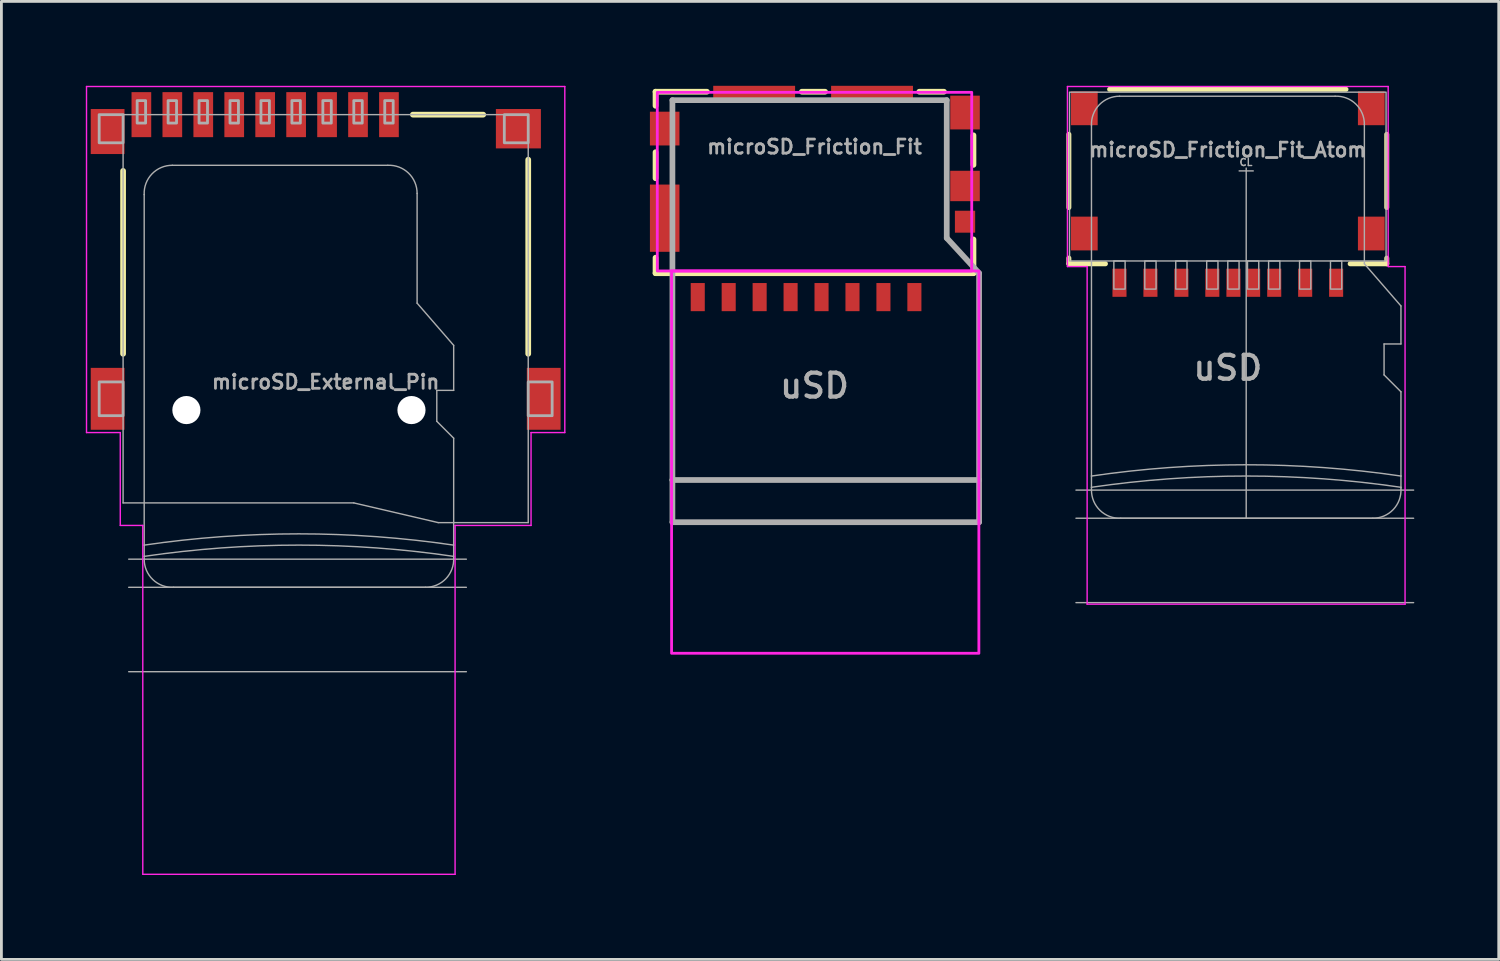
<source format=kicad_pcb>
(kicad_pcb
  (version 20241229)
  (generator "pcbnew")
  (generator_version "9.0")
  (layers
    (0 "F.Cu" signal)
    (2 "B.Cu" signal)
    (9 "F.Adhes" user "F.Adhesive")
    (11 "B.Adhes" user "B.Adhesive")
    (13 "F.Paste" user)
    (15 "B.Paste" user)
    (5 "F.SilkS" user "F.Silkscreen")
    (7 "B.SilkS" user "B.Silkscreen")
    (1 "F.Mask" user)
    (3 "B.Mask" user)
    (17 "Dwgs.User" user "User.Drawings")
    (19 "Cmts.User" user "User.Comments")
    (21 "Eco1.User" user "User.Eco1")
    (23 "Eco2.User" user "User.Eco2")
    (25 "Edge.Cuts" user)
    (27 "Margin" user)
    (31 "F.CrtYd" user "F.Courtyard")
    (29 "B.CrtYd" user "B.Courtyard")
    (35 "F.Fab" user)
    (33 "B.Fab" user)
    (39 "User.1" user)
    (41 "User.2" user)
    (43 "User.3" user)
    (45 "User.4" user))
  (footprint "microSD_External_Pin"
    (layer "F.Cu")
    (at 8.525 11.525)
    (property "Reference" "microSD_External_Pin" (at 0 -1 0) (layer "F.Fab") (effects (font (size 0.5 0.5) (thickness 0.1))))
    (attr smd)
    (fp_line (start -7.2 -2) (end -7.2 -8.5) (stroke (width 0.203) (type solid)) (layer "F.SilkS"))
    (fp_line (start 3.1 -10.5) (end 5.6 -10.5) (stroke (width 0.203) (type solid)) (layer "F.SilkS"))
    (fp_line (start 7.2 -8.9) (end 7.2 -2) (stroke (width 0.203) (type solid)) (layer "F.SilkS"))
    (fp_line (start -8.5 -11.5) (end 8.5 -11.5) (stroke (width 0.05) (type default)) (layer "F.CrtYd"))
    (fp_line (start -8.5 0.8) (end -8.5 -11.5) (stroke (width 0.05) (type default)) (layer "F.CrtYd"))
    (fp_line (start -7.3 0.8) (end -8.5 0.8) (stroke (width 0.05) (type default)) (layer "F.CrtYd"))
    (fp_line (start -7.3 4.1) (end -7.3 0.8) (stroke (width 0.05) (type default)) (layer "F.CrtYd"))
    (fp_line (start -6.5 4.1) (end -7.3 4.1) (stroke (width 0.05) (type default)) (layer "F.CrtYd"))
    (fp_line (start -6.5 16.5) (end -6.5 4.1) (stroke (width 0.05) (type default)) (layer "F.CrtYd"))
    (fp_line (start 4.6 4.1) (end 4.6 16.5) (stroke (width 0.05) (type default)) (layer "F.CrtYd"))
    (fp_line (start 4.6 16.5) (end -6.5 16.5) (stroke (width 0.05) (type default)) (layer "F.CrtYd"))
    (fp_line (start 7.3 0.8) (end 7.3 4.1) (stroke (width 0.05) (type default)) (layer "F.CrtYd"))
    (fp_line (start 7.3 4.1) (end 4.6 4.1) (stroke (width 0.05) (type default)) (layer "F.CrtYd"))
    (fp_line (start 8.5 -11.5) (end 8.5 0.8) (stroke (width 0.05) (type default)) (layer "F.CrtYd"))
    (fp_line (start 8.5 0.8) (end 7.3 0.8) (stroke (width 0.05) (type default)) (layer "F.CrtYd"))
    (fp_line (start -7.2 -10.5) (end 7.2 -10.5) (stroke (width 0.05) (type solid)) (layer "F.Fab"))
    (fp_line (start -7.2 3.3) (end -7.2 -10.5) (stroke (width 0.05) (type solid)) (layer "F.Fab"))
    (fp_line (start -6.45 -7.66) (end -6.45 4.8) (stroke (width 0.05) (type solid)) (layer "F.Fab"))
    (fp_line (start -6.45 4.8) (end -6.45 5.2) (stroke (width 0.05) (type solid)) (layer "F.Fab"))
    (fp_line (start -6.45 5.2) (end -6.45 5.3) (stroke (width 0.05) (type solid)) (layer "F.Fab"))
    (fp_line (start -5.41 6.3) (end 3.55 6.3) (stroke (width 0.05) (type solid)) (layer "F.Fab"))
    (fp_line (start 1 3.3) (end -7.2 3.3) (stroke (width 0.05) (type solid)) (layer "F.Fab"))
    (fp_line (start 2.21 -8.7) (end -5.45 -8.7) (stroke (width 0.05) (type solid)) (layer "F.Fab"))
    (fp_line (start 3.25 -3.8) (end 3.25 -7.7) (stroke (width 0.05) (type solid)) (layer "F.Fab"))
    (fp_line (start 3.95 -0.7) (end 3.95 0.4) (stroke (width 0.05) (type solid)) (layer "F.Fab"))
    (fp_line (start 3.95 0.4) (end 4.55 1) (stroke (width 0.05) (type solid)) (layer "F.Fab"))
    (fp_line (start 4 4) (end 1 3.3) (stroke (width 0.05) (type solid)) (layer "F.Fab"))
    (fp_line (start 4.55 -2.3) (end 3.25 -3.8) (stroke (width 0.05) (type solid)) (layer "F.Fab"))
    (fp_line (start 4.55 -0.7) (end 3.95 -0.7) (stroke (width 0.05) (type solid)) (layer "F.Fab"))
    (fp_line (start 4.55 -0.7) (end 4.55 -2.3) (stroke (width 0.05) (type solid)) (layer "F.Fab"))
    (fp_line (start 4.55 4.8) (end 4.55 1) (stroke (width 0.05) (type solid)) (layer "F.Fab"))
    (fp_line (start 4.55 5.2) (end 4.55 4.8) (stroke (width 0.05) (type solid)) (layer "F.Fab"))
    (fp_line (start 4.55 5.26) (end 4.55 5.2) (stroke (width 0.05) (type solid)) (layer "F.Fab"))
    (fp_line (start 5 5.3) (end -7 5.3) (stroke (width 0.05) (type solid)) (layer "F.Fab"))
    (fp_line (start 5 6.3) (end -7 6.3) (stroke (width 0.05) (type solid)) (layer "F.Fab"))
    (fp_line (start 5 9.3) (end -7 9.3) (stroke (width 0.05) (type solid)) (layer "F.Fab"))
    (fp_line (start 7.2 -10.5) (end 7.2 4) (stroke (width 0.05) (type solid)) (layer "F.Fab"))
    (fp_line (start 7.2 4) (end 4 4) (stroke (width 0.05) (type solid)) (layer "F.Fab"))
    (fp_arc (start -6.45 -7.66) (mid -6.173012 -8.394435) (end -5.449999 -8.7) (stroke (width 0.05) (type solid)) (layer "F.Fab"))
    (fp_arc (start -6.45 4.8) (mid -0.95 4.399862) (end 4.55 4.8) (stroke (width 0.05) (type solid)) (layer "F.Fab"))
    (fp_arc (start -6.45 5.2) (mid -0.95 4.799862) (end 4.55 5.2) (stroke (width 0.05) (type solid)) (layer "F.Fab"))
    (fp_arc (start -5.41 6.3) (mid -6.144435 6.023012) (end -6.45 5.299999) (stroke (width 0.05) (type solid)) (layer "F.Fab"))
    (fp_arc (start 2.21 -8.7) (mid 2.944435 -8.423012) (end 3.25 -7.699999) (stroke (width 0.05) (type solid)) (layer "F.Fab"))
    (fp_arc (start 4.55 5.26) (mid 4.273012 5.994435) (end 3.549999 6.3) (stroke (width 0.05) (type solid)) (layer "F.Fab"))
    (fp_poly (pts (xy -8.05 -9.5) (xy -7.2 -9.5) (xy -7.2 -10.5) (xy -8.05 -10.5)) (stroke (width 0.1) (type default)) (fill no) (layer "F.Fab"))
    (fp_poly (pts (xy -8.05 0.2) (xy -7.2 0.2) (xy -7.2 -1) (xy -8.05 -1)) (stroke (width 0.1) (type default)) (fill no) (layer "F.Fab"))
    (fp_poly (pts (xy -6.7 -10.2) (xy -6.4 -10.2) (xy -6.4 -11) (xy -6.7 -11)) (stroke (width 0.1) (type default)) (fill no) (layer "F.Fab"))
    (fp_poly (pts (xy -5.6 -10.2) (xy -5.3 -10.2) (xy -5.3 -11) (xy -5.6 -11)) (stroke (width 0.1) (type default)) (fill no) (layer "F.Fab"))
    (fp_poly (pts (xy -4.5 -10.2) (xy -4.2 -10.2) (xy -4.2 -11) (xy -4.5 -11)) (stroke (width 0.1) (type default)) (fill no) (layer "F.Fab"))
    (fp_poly (pts (xy -3.4 -10.2) (xy -3.1 -10.2) (xy -3.1 -11) (xy -3.4 -11)) (stroke (width 0.1) (type default)) (fill no) (layer "F.Fab"))
    (fp_poly (pts (xy -2.3 -10.2) (xy -2 -10.2) (xy -2 -11) (xy -2.3 -11)) (stroke (width 0.1) (type default)) (fill no) (layer "F.Fab"))
    (fp_poly (pts (xy -1.2 -10.2) (xy -0.9 -10.2) (xy -0.9 -11) (xy -1.2 -11)) (stroke (width 0.1) (type default)) (fill no) (layer "F.Fab"))
    (fp_poly (pts (xy -0.1 -10.2) (xy 0.2 -10.2) (xy 0.2 -11) (xy -0.1 -11)) (stroke (width 0.1) (type default)) (fill no) (layer "F.Fab"))
    (fp_poly (pts (xy 1 -10.2) (xy 1.3 -10.2) (xy 1.3 -11) (xy 1 -11)) (stroke (width 0.1) (type default)) (fill no) (layer "F.Fab"))
    (fp_poly (pts (xy 2.1 -10.2) (xy 2.4 -10.2) (xy 2.4 -11) (xy 2.1 -11)) (stroke (width 0.1) (type default)) (fill no) (layer "F.Fab"))
    (fp_poly (pts (xy 6.35 -9.5) (xy 7.2 -9.5) (xy 7.2 -10.5) (xy 6.35 -10.5)) (stroke (width 0.1) (type default)) (fill no) (layer "F.Fab"))
    (fp_poly (pts (xy 8.05 -1) (xy 7.2 -1) (xy 7.2 0.2) (xy 8.05 0.2)) (stroke (width 0.1) (type default)) (fill no) (layer "F.Fab"))
    (pad "" np_thru_hole circle (at -4.95 0) (size 1 1) (drill 1) (layers "*.Cu" "*.Mask"))
    (pad "" np_thru_hole circle (at 3.05 0) (size 1 1) (drill 1) (layers "*.Cu" "*.Mask"))
    (pad "1" smd rect (at 2.25 -10.5 90) (size 1.6 0.7) (layers "F.Cu" "F.Mask" "F.Paste"))
    (pad "2" smd rect (at 1.15 -10.5 90) (size 1.6 0.7) (layers "F.Cu" "F.Mask" "F.Paste"))
    (pad "3" smd rect (at 0.05 -10.5 90) (size 1.6 0.7) (layers "F.Cu" "F.Mask" "F.Paste"))
    (pad "4" smd rect (at -1.05 -10.5 90) (size 1.6 0.7) (layers "F.Cu" "F.Mask" "F.Paste"))
    (pad "5" smd rect (at -2.15 -10.5 90) (size 1.6 0.7) (layers "F.Cu" "F.Mask" "F.Paste"))
    (pad "6" smd rect (at -3.25 -10.5 90) (size 1.6 0.7) (layers "F.Cu" "F.Mask" "F.Paste"))
    (pad "7" smd rect (at -4.35 -10.5 90) (size 1.6 0.7) (layers "F.Cu" "F.Mask" "F.Paste"))
    (pad "8" smd rect (at -5.45 -10.5 90) (size 1.6 0.7) (layers "F.Cu" "F.Mask" "F.Paste"))
    (pad "9" smd rect (at -6.55 -10.5 90) (size 1.6 0.7) (layers "F.Cu" "F.Mask" "F.Paste"))
    (pad "10" smd rect (at -7.75 -9.9) (size 1.2 1.6) (layers "F.Cu" "F.Mask" "F.Paste"))
    (pad "11" smd rect (at -7.75 -0.4) (size 1.2 2.2) (layers "F.Cu" "F.Mask" "F.Paste"))
    (pad "12" smd rect (at 7.75 -0.4) (size 1.2 2.2) (layers "F.Cu" "F.Mask" "F.Paste"))
    (pad "13" smd rect (at 6.85 -10) (size 1.6 1.4) (layers "F.Cu" "F.Mask" "F.Paste"))
    (zone (net_name "") (layer "F.Cu") (hatch edge 0.5) (connect_pads) (min_thickness 0.25) (filled_areas_thickness no) (keepout (tracks not_allowed) (vias not_allowed) (pads not_allowed) (copperpour not_allowed) (footprints allowed)) (placement (enabled no)) (fill) (polygon (pts (xy 0.825 6.825) (xy 1.525 6.825) (xy 1.525 2.825) (xy 0.825 2.825))))
    (zone (net_name "") (layer "F.Cu") (hatch edge 0.5) (connect_pads) (min_thickness 0.25) (filled_areas_thickness no) (keepout (tracks not_allowed) (vias not_allowed) (pads not_allowed) (copperpour not_allowed) (footprints allowed)) (placement (enabled no)) (fill) (polygon (pts (xy 2.425 7.425) (xy 11.425 7.425) (xy 11.425 5.425) (xy 2.425 5.425)))))
  (footprint "microSD_Friction_Fit"
    (layer "F.Cu")
    (at 25.9 3.66)
    (property "Reference" "microSD_Friction_Fit" (at 0 -1.2 0) (layer "F.Fab") (effects (font (size 0.5 0.5) (thickness 0.1) (bold yes)) (justify bottom)))
    (fp_line (start -5.65 -3.45) (end -3.825 -3.45) (stroke (width 0.203) (type solid)) (layer "F.SilkS"))
    (fp_line (start -5.65 -2.95) (end -5.65 -3.45) (stroke (width 0.203) (type solid)) (layer "F.SilkS"))
    (fp_line (start -5.65 -0.375) (end -5.65 -1.3) (stroke (width 0.203) (type solid)) (layer "F.SilkS"))
    (fp_line (start -5.65 2.45) (end -5.65 3) (stroke (width 0.203) (type solid)) (layer "F.SilkS"))
    (fp_line (start -5.65 3) (end 5.65 3) (stroke (width 0.203) (type solid)) (layer "F.SilkS"))
    (fp_line (start 0.375 -3.45) (end -0.45 -3.45) (stroke (width 0.203) (type solid)) (layer "F.SilkS"))
    (fp_line (start 4.6 -3.45) (end 3.725 -3.45) (stroke (width 0.203) (type solid)) (layer "F.SilkS"))
    (fp_line (start 5.65 -0.85) (end 5.65 -1.9) (stroke (width 0.203) (type solid)) (layer "F.SilkS"))
    (fp_line (start 5.65 3) (end 5.65 1.8) (stroke (width 0.203) (type solid)) (layer "F.SilkS"))
    (fp_poly (pts (xy -5.588 2.921) (xy 5.588 2.921) (xy 5.588 -3.429) (xy -5.588 -3.429)) (stroke (width 0.1) (type solid)) (fill no) (layer "F.CrtYd"))
    (fp_poly (pts (xy -5.08 16.51) (xy 5.842 16.51) (xy 5.842 2.921) (xy -5.08 2.921)) (stroke (width 0.1) (type solid)) (fill no) (layer "F.CrtYd"))
    (fp_line (start -5.05 -3.15) (end -5.05 10.35) (stroke (width 0.203) (type solid)) (layer "F.Fab"))
    (fp_line (start -5.05 10.35) (end -5.05 11.85) (stroke (width 0.203) (type solid)) (layer "F.Fab"))
    (fp_line (start -5.05 10.35) (end 5.85 10.35) (stroke (width 0.203) (type solid)) (layer "F.Fab"))
    (fp_line (start -5.05 11.85) (end 5.85 11.85) (stroke (width 0.203) (type solid)) (layer "F.Fab"))
    (fp_line (start 4.7 -3.15) (end -5.05 -3.15) (stroke (width 0.203) (type solid)) (layer "F.Fab"))
    (fp_line (start 4.7 1.75) (end 4.7 -3.15) (stroke (width 0.203) (type solid)) (layer "F.Fab"))
    (fp_line (start 5.85 3) (end 4.7 1.75) (stroke (width 0.203) (type solid)) (layer "F.Fab"))
    (fp_line (start 5.85 10.35) (end 5.85 3) (stroke (width 0.203) (type solid)) (layer "F.Fab"))
    (fp_line (start 5.85 11.85) (end 5.85 10.35) (stroke (width 0.203) (type solid)) (layer "F.Fab"))
    (fp_text user "uSD" (at 0 7 0) (layer "F.Fab") (effects (font (size 0.85 0.85) (thickness 0.15))))
    (pad "1" smd rect (at 3.55 3.85 90) (size 1 0.5) (layers "F.Cu" "F.Mask" "F.Paste"))
    (pad "2" smd rect (at 2.45 3.85 90) (size 1 0.5) (layers "F.Cu" "F.Mask" "F.Paste"))
    (pad "3" smd rect (at 1.35 3.85 90) (size 1 0.5) (layers "F.Cu" "F.Mask" "F.Paste"))
    (pad "4" smd rect (at 0.25 3.85 90) (size 1 0.5) (layers "F.Cu" "F.Mask" "F.Paste"))
    (pad "5" smd rect (at -0.85 3.85 90) (size 1 0.5) (layers "F.Cu" "F.Mask" "F.Paste"))
    (pad "6" smd rect (at -1.95 3.85 90) (size 1 0.5) (layers "F.Cu" "F.Mask" "F.Paste"))
    (pad "7" smd rect (at -3.05 3.85 90) (size 1 0.5) (layers "F.Cu" "F.Mask" "F.Paste"))
    (pad "8" smd rect (at -4.15 3.85 90) (size 1 0.5) (layers "F.Cu" "F.Mask" "F.Paste"))
    (pad "9" smd rect (at 5.35 1.17 180) (size 0.72 0.78) (layers "F.Cu" "F.Mask" "F.Paste"))
    (pad "GND1" smd rect (at 5.35 -0.1 90) (size 1.08 1.05) (layers "F.Cu" "F.Mask" "F.Paste"))
    (pad "GND2" smd rect (at 5.35 -2.71 90) (size 1.2 1.05) (layers "F.Cu" "F.Mask" "F.Paste"))
    (pad "GND3" smd rect (at -5.325 -2.14 90) (size 1.2 1.05) (layers "F.Cu" "F.Mask" "F.Paste"))
    (pad "GND4" smd rect (at -5.325 1.045 90) (size 2.39 1.05) (layers "F.Cu" "F.Mask" "F.Paste"))
    (pad "GND5" smd rect (at -2.145 -3.385) (size 2.91 0.55) (layers "F.Cu" "F.Mask" "F.Paste"))
    (pad "GND6" smd rect (at 2.045 -3.385) (size 2.91 0.55) (layers "F.Cu" "F.Mask" "F.Paste"))
    (zone (net_name "") (layer "F.Cu") (hatch edge 0.5) (connect_pads) (min_thickness 0.25) (filled_areas_thickness no) (keepout (tracks not_allowed) (vias not_allowed) (pads not_allowed) (copperpour not_allowed) (footprints allowed)) (placement (enabled no)) (fill) (polygon (pts (xy 21.416 5.644) (xy 29.952 5.644) (xy 29.952 1.734) (xy 21.416 1.734))))
    (zone (net_name "") (layer "F.Cu") (hatch edge 0.5) (connect_pads) (min_thickness 0.25) (filled_areas_thickness no) (keepout (tracks not_allowed) (vias not_allowed) (pads not_allowed) (copperpour not_allowed) (footprints allowed)) (placement (enabled no)) (fill) (polygon (pts (xy 21.416 5.644) (xy 29.952 5.644) (xy 29.952 1.734) (xy 21.416 1.734)))))
  (footprint "microSD_Friction_Fit_Atom"
    (layer "F.Cu")
    (at 40.59 3.025)
    (property "Reference" "microSD_Friction_Fit_Atom" (at 0 -0.75 0) (layer "F.Fab") (effects (font (size 0.5 0.5) (thickness 0.1) (bold yes))))
    (fp_line (start -5.65 -1.3) (end -5.65 1.3) (stroke (width 0.178) (type default)) (layer "F.SilkS"))
    (fp_line (start -5.65 3.3) (end -5.65 3.1) (stroke (width 0.178) (type default)) (layer "F.SilkS"))
    (fp_line (start -5.65 3.3) (end -4.35 3.3) (stroke (width 0.178) (type default)) (layer "F.SilkS"))
    (fp_line (start -4.2 -2.9) (end 4.2 -2.9) (stroke (width 0.178) (type default)) (layer "F.SilkS"))
    (fp_line (start 4.35 3.3) (end 5.65 3.3) (stroke (width 0.178) (type default)) (layer "F.SilkS"))
    (fp_line (start 5.65 -1.3) (end 5.65 1.3) (stroke (width 0.178) (type default)) (layer "F.SilkS"))
    (fp_line (start 5.65 3.1) (end 5.65 3.3) (stroke (width 0.178) (type default)) (layer "F.SilkS"))
    (fp_line (start -5.7 -3) (end 5.7 -3) (stroke (width 0.05) (type default)) (layer "F.CrtYd"))
    (fp_line (start -5.7 3.4) (end -5.7 -3) (stroke (width 0.05) (type default)) (layer "F.CrtYd"))
    (fp_line (start -5 3.4) (end -5.7 3.4) (stroke (width 0.05) (type default)) (layer "F.CrtYd"))
    (fp_line (start -5 15.4) (end -5 3.4) (stroke (width 0.05) (type default)) (layer "F.CrtYd"))
    (fp_line (start 5.7 -3) (end 5.7 3.4) (stroke (width 0.05) (type default)) (layer "F.CrtYd"))
    (fp_line (start 5.7 3.4) (end 6.3 3.4) (stroke (width 0.05) (type default)) (layer "F.CrtYd"))
    (fp_line (start 6.3 3.4) (end 6.3 15.4) (stroke (width 0.05) (type default)) (layer "F.CrtYd"))
    (fp_line (start 6.3 15.4) (end -5 15.4) (stroke (width 0.05) (type default)) (layer "F.CrtYd"))
    (fp_line (start -4.846 -1.615) (end -4.846 10.845) (stroke (width 0.05) (type solid)) (layer "F.Fab"))
    (fp_line (start -4.846 10.845) (end -4.846 11.245) (stroke (width 0.05) (type solid)) (layer "F.Fab"))
    (fp_line (start -4.846 11.245) (end -4.846 11.345) (stroke (width 0.05) (type solid)) (layer "F.Fab"))
    (fp_line (start -3.806 12.345) (end 5.154 12.345) (stroke (width 0.05) (type solid)) (layer "F.Fab"))
    (fp_line (start 0.404 0) (end 0.904 0) (stroke (width 0.05) (type default)) (layer "F.Fab"))
    (fp_line (start 0.654 12.345) (end 0.654 -0.1) (stroke (width 0.05) (type default)) (layer "F.Fab"))
    (fp_line (start 3.814 -2.655) (end -3.846 -2.655) (stroke (width 0.05) (type solid)) (layer "F.Fab"))
    (fp_line (start 4.854 3.3) (end 4.854 -1.655) (stroke (width 0.05) (type solid)) (layer "F.Fab"))
    (fp_line (start 5.554 6.15) (end 5.554 7.25) (stroke (width 0.05) (type solid)) (layer "F.Fab"))
    (fp_line (start 5.554 7.25) (end 6.154 7.85) (stroke (width 0.05) (type solid)) (layer "F.Fab"))
    (fp_line (start 6.154 4.8) (end 4.854 3.3) (stroke (width 0.05) (type solid)) (layer "F.Fab"))
    (fp_line (start 6.154 6.15) (end 5.554 6.15) (stroke (width 0.05) (type solid)) (layer "F.Fab"))
    (fp_line (start 6.154 6.15) (end 6.154 4.8) (stroke (width 0.05) (type solid)) (layer "F.Fab"))
    (fp_line (start 6.154 10.845) (end 6.154 7.85) (stroke (width 0.05) (type solid)) (layer "F.Fab"))
    (fp_line (start 6.154 11.245) (end 6.154 10.845) (stroke (width 0.05) (type solid)) (layer "F.Fab"))
    (fp_line (start 6.154 11.305) (end 6.154 11.245) (stroke (width 0.05) (type solid)) (layer "F.Fab"))
    (fp_line (start 6.604 11.345) (end -5.396 11.345) (stroke (width 0.05) (type solid)) (layer "F.Fab"))
    (fp_line (start 6.604 12.345) (end -5.396 12.345) (stroke (width 0.05) (type solid)) (layer "F.Fab"))
    (fp_line (start 6.604 15.345) (end -5.396 15.345) (stroke (width 0.05) (type solid)) (layer "F.Fab"))
    (fp_rect (start -5.625 -2.8) (end 5.625 3.2) (stroke (width 0.05) (type default)) (fill no) (layer "F.Fab"))
    (fp_rect (start -4.05 3.2) (end -3.65 4.2) (stroke (width 0.05) (type solid)) (fill no) (layer "F.Fab"))
    (fp_rect (start -2.95 3.2) (end -2.55 4.2) (stroke (width 0.05) (type solid)) (fill no) (layer "F.Fab"))
    (fp_rect (start -1.85 3.2) (end -1.45 4.2) (stroke (width 0.05) (type solid)) (fill no) (layer "F.Fab"))
    (fp_rect (start -0.35 3.2) (end -0.75 4.2) (stroke (width 0.05) (type solid)) (fill no) (layer "F.Fab"))
    (fp_rect (start 0.4 3.2) (end 0 4.2) (stroke (width 0.05) (type solid)) (fill no) (layer "F.Fab"))
    (fp_rect (start 1.1 3.2) (end 0.7 4.2) (stroke (width 0.05) (type solid)) (fill no) (layer "F.Fab"))
    (fp_rect (start 1.85 3.2) (end 1.45 4.2) (stroke (width 0.05) (type solid)) (fill no) (layer "F.Fab"))
    (fp_rect (start 2.95 3.2) (end 2.55 4.2) (stroke (width 0.05) (type solid)) (fill no) (layer "F.Fab"))
    (fp_rect (start 4.05 3.2) (end 3.65 4.2) (stroke (width 0.05) (type solid)) (fill no) (layer "F.Fab"))
    (fp_arc (start -4.84571 -1.61526) (mid -4.568722 -2.349696) (end -3.845709 -2.65526) (stroke (width 0.05) (type solid)) (layer "F.Fab"))
    (fp_arc (start -4.84571 10.84474) (mid 0.65429 10.444602) (end 6.15429 10.84474) (stroke (width 0.05) (type solid)) (layer "F.Fab"))
    (fp_arc (start -4.84571 11.24474) (mid 0.65429 10.844602) (end 6.15429 11.24474) (stroke (width 0.05) (type solid)) (layer "F.Fab"))
    (fp_arc (start -3.80571 12.34474) (mid -4.540146 12.067752) (end -4.84571 11.344739) (stroke (width 0.05) (type solid)) (layer "F.Fab"))
    (fp_arc (start 3.81429 -2.65526) (mid 4.548719 -2.378274) (end 4.85429 -1.655259) (stroke (width 0.05) (type solid)) (layer "F.Fab"))
    (fp_arc (start 6.15429 11.30474) (mid 5.877302 12.039176) (end 5.154289 12.34474) (stroke (width 0.05) (type solid)) (layer "F.Fab"))
    (fp_text user "CL" (at 0.646 -0.305 0) (unlocked yes) (layer "F.Fab") (effects (font (size 0.25 0.25) (thickness 0.05) (bold yes))))
    (fp_text user "uSD" (at 0 7 0) (layer "F.Fab") (effects (font (size 0.85 0.85) (thickness 0.15))))
    (pad "1" smd rect (at 3.85 3.975 180) (size 0.5 1) (layers "F.Cu" "F.Mask" "F.Paste"))
    (pad "2" smd rect (at 2.75 3.975 180) (size 0.5 1) (layers "F.Cu" "F.Mask" "F.Paste"))
    (pad "3" smd rect (at 1.65 3.975 180) (size 0.5 1) (layers "F.Cu" "F.Mask" "F.Paste"))
    (pad "4" smd rect (at 0.9 3.975 180) (size 0.5 1) (layers "F.Cu" "F.Mask" "F.Paste"))
    (pad "5" smd rect (at -0.55 3.975 180) (size 0.5 1) (layers "F.Cu" "F.Mask" "F.Paste"))
    (pad "6" smd rect (at -1.65 3.975 180) (size 0.5 1) (layers "F.Cu" "F.Mask" "F.Paste"))
    (pad "7" smd rect (at -2.75 3.975 180) (size 0.5 1) (layers "F.Cu" "F.Mask" "F.Paste"))
    (pad "8" smd rect (at -3.85 3.975 180) (size 0.5 1) (layers "F.Cu" "F.Mask" "F.Paste"))
    (pad "9" smd rect (at 0.2 3.975 180) (size 0.5 1) (layers "F.Cu" "F.Mask" "F.Paste"))
    (pad "10" smd rect (at -5.1 -2.225 180) (size 0.95 1.2) (layers "F.Cu" "F.Mask" "F.Paste"))
    (pad "10" smd rect (at -5.1 2.225 180) (size 0.95 1.2) (layers "F.Cu" "F.Mask" "F.Paste"))
    (pad "10" smd rect (at 5.1 -2.225 180) (size 0.95 1.2) (layers "F.Cu" "F.Mask" "F.Paste"))
    (pad "10" smd rect (at 5.1 2.225 180) (size 0.95 1.2) (layers "F.Cu" "F.Mask" "F.Paste")))
  (gr_rect
    (start -3 -3)
    (end 50.22 31.05)
    (stroke (width 0.1) (type default))
    (fill no)
    (layer "Edge.Cuts")))
</source>
